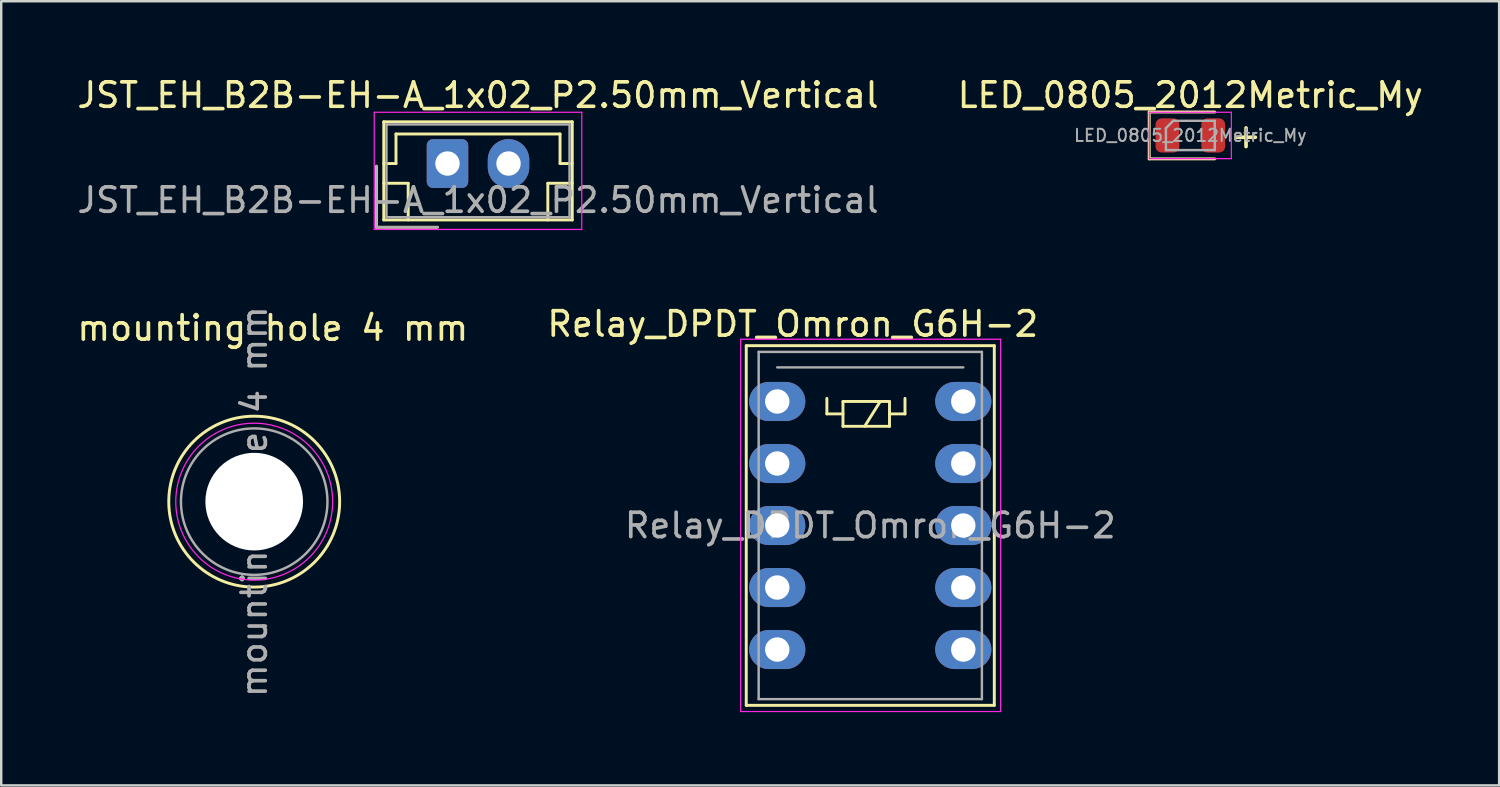
<source format=kicad_pcb>
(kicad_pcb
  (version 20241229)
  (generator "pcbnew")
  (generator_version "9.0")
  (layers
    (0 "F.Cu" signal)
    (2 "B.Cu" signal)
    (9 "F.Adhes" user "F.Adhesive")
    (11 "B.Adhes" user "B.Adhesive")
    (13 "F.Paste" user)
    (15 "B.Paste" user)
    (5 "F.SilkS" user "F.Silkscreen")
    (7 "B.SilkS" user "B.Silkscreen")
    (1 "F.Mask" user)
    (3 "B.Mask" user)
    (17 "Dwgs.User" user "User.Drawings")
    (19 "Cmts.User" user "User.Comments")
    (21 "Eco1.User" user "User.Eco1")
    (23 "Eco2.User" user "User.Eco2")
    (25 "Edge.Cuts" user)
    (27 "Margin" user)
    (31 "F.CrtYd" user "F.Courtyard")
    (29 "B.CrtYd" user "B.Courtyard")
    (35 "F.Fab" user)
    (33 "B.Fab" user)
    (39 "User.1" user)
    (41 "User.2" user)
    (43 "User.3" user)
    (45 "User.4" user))
  (footprint "LED_0805_2012Metric_My"
    (layer "F.Cu")
    (at 45.708 2.498)
    (property "Reference" "LED_0805_2012Metric_My" (at 0 -1.65 0) (layer "F.SilkS") (effects (font (size 1 1) (thickness 0.15))))
    (attr smd)
    (fp_line (start -1.685 -0.96) (end -1.685 0.96) (stroke (width 0.12) (type solid)) (layer "F.SilkS"))
    (fp_line (start -1.685 0.96) (end 1 0.96) (stroke (width 0.12) (type solid)) (layer "F.SilkS"))
    (fp_line (start 1 -0.96) (end -1.685 -0.96) (stroke (width 0.12) (type solid)) (layer "F.SilkS"))
    (fp_line (start -1.68 -0.95) (end 1.68 -0.95) (stroke (width 0.05) (type solid)) (layer "F.CrtYd"))
    (fp_line (start -1.68 0.95) (end -1.68 -0.95) (stroke (width 0.05) (type solid)) (layer "F.CrtYd"))
    (fp_line (start 1.68 -0.95) (end 1.68 0.95) (stroke (width 0.05) (type solid)) (layer "F.CrtYd"))
    (fp_line (start 1.68 0.95) (end -1.68 0.95) (stroke (width 0.05) (type solid)) (layer "F.CrtYd"))
    (fp_line (start -1 -0.3) (end -1 0.6) (stroke (width 0.1) (type solid)) (layer "F.Fab"))
    (fp_line (start -1 0.6) (end 1 0.6) (stroke (width 0.1) (type solid)) (layer "F.Fab"))
    (fp_line (start -0.7 -0.6) (end -1 -0.3) (stroke (width 0.1) (type solid)) (layer "F.Fab"))
    (fp_line (start 1 -0.6) (end -0.7 -0.6) (stroke (width 0.1) (type solid)) (layer "F.Fab"))
    (fp_line (start 1 0.6) (end 1 -0.6) (stroke (width 0.1) (type solid)) (layer "F.Fab"))
    (fp_text user "+" (at 3 0 0) (unlocked yes) (layer "F.SilkS") (effects (font (size 1 1) (thickness 0.15)) (justify right)))
    (fp_text user "${REFERENCE}" (at 0 0 0) (layer "F.Fab") (effects (font (size 0.5 0.5) (thickness 0.08))))
    (pad "1" smd roundrect (at -0.938 0) (size 0.975 1.4) (layers "F.Cu" "F.Mask" "F.Paste") (roundrect_rratio 0.25))
    (pad "2" smd roundrect (at 0.938 0) (size 0.975 1.4) (layers "F.Cu" "F.Mask" "F.Paste") (roundrect_rratio 0.25)))
  (footprint "JST_EH_B2B-EH-A_1x02_P2.50mm_Vertical"
    (layer "F.Cu")
    (at 15.28 3.648)
    (property "Reference" "JST_EH_B2B-EH-A_1x02_P2.50mm_Vertical" (at 1.25 -2.8 0) (layer "F.SilkS") (effects (font (size 1 1) (thickness 0.15))))
    (attr through_hole)
    (fp_line (start -2.91 0.11) (end -2.91 2.61) (stroke (width 0.12) (type solid)) (layer "F.SilkS"))
    (fp_line (start -2.91 2.61) (end -0.41 2.61) (stroke (width 0.12) (type solid)) (layer "F.SilkS"))
    (fp_line (start -2.61 -1.71) (end -2.61 2.31) (stroke (width 0.12) (type solid)) (layer "F.SilkS"))
    (fp_line (start -2.61 0) (end -2.11 0) (stroke (width 0.12) (type solid)) (layer "F.SilkS"))
    (fp_line (start -2.61 0.81) (end -1.61 0.81) (stroke (width 0.12) (type solid)) (layer "F.SilkS"))
    (fp_line (start -2.61 2.31) (end 5.11 2.31) (stroke (width 0.12) (type solid)) (layer "F.SilkS"))
    (fp_line (start -2.11 -1.21) (end 4.61 -1.21) (stroke (width 0.12) (type solid)) (layer "F.SilkS"))
    (fp_line (start -2.11 0) (end -2.11 -1.21) (stroke (width 0.12) (type solid)) (layer "F.SilkS"))
    (fp_line (start -1.61 0.81) (end -1.61 2.31) (stroke (width 0.12) (type solid)) (layer "F.SilkS"))
    (fp_line (start 4.11 0.81) (end 4.11 2.31) (stroke (width 0.12) (type solid)) (layer "F.SilkS"))
    (fp_line (start 4.61 -1.21) (end 4.61 0) (stroke (width 0.12) (type solid)) (layer "F.SilkS"))
    (fp_line (start 4.61 0) (end 5.11 0) (stroke (width 0.12) (type solid)) (layer "F.SilkS"))
    (fp_line (start 5.11 -1.71) (end -2.61 -1.71) (stroke (width 0.12) (type solid)) (layer "F.SilkS"))
    (fp_line (start 5.11 0.81) (end 4.11 0.81) (stroke (width 0.12) (type solid)) (layer "F.SilkS"))
    (fp_line (start 5.11 2.31) (end 5.11 -1.71) (stroke (width 0.12) (type solid)) (layer "F.SilkS"))
    (fp_line (start -3 -2.1) (end -3 2.7) (stroke (width 0.05) (type solid)) (layer "F.CrtYd"))
    (fp_line (start -3 2.7) (end 5.5 2.7) (stroke (width 0.05) (type solid)) (layer "F.CrtYd"))
    (fp_line (start 5.5 -2.1) (end -3 -2.1) (stroke (width 0.05) (type solid)) (layer "F.CrtYd"))
    (fp_line (start 5.5 2.7) (end 5.5 -2.1) (stroke (width 0.05) (type solid)) (layer "F.CrtYd"))
    (fp_line (start -2.91 0.11) (end -2.91 2.61) (stroke (width 0.1) (type solid)) (layer "F.Fab"))
    (fp_line (start -2.91 2.61) (end -0.41 2.61) (stroke (width 0.1) (type solid)) (layer "F.Fab"))
    (fp_line (start -2.5 -1.6) (end -2.5 2.2) (stroke (width 0.1) (type solid)) (layer "F.Fab"))
    (fp_line (start -2.5 2.2) (end 5 2.2) (stroke (width 0.1) (type solid)) (layer "F.Fab"))
    (fp_line (start 5 -1.6) (end -2.5 -1.6) (stroke (width 0.1) (type solid)) (layer "F.Fab"))
    (fp_line (start 5 2.2) (end 5 -1.6) (stroke (width 0.1) (type solid)) (layer "F.Fab"))
    (fp_text user "${REFERENCE}" (at 1.25 1.5 0) (layer "F.Fab") (effects (font (size 1 1) (thickness 0.15))))
    (pad "1" thru_hole roundrect (at 0 0) (size 1.7 2) (drill 1) (layers "*.Cu" "*.Mask") (roundrect_rratio 0.147))
    (pad "2" thru_hole oval (at 2.5 0) (size 1.7 2) (drill 1) (layers "*.Cu" "*.Mask")))
  (footprint "mounting hole 4 mm"
    (layer "F.Cu")
    (at 7.363 17.498)
    (property "Reference" "mounting hole 4 mm" (at 0.762 -7.112 0) (layer "F.SilkS") (effects (font (size 1 1) (thickness 0.15))))
    (attr through_hole)
    (fp_circle (center 0 0) (end 3.5 0) (stroke (width 0.12) (type solid)) (fill no) (layer "F.SilkS"))
    (fp_circle (center 0 0) (end 3.048 1.016) (stroke (width 0.05) (type solid)) (fill no) (layer "F.CrtYd"))
    (fp_circle (center 0 0) (end 3 0) (stroke (width 0.1) (type solid)) (fill no) (layer "F.Fab"))
    (fp_text user "${REFERENCE}" (at 0 0 90) (layer "F.Fab") (effects (font (size 1 1) (thickness 0.15))))
    (pad "" np_thru_hole circle (at 0 0) (size 4 4) (drill 4) (layers "*.Cu" "*.Mask")))
  (footprint "Relay_DPDT_Omron_G6H-2"
    (layer "F.Cu")
    (at 28.788 13.396)
    (property "Reference" "Relay_DPDT_Omron_G6H-2" (at 0.635 -3.175 0) (layer "F.SilkS") (effects (font (size 1 1) (thickness 0.15))))
    (attr through_hole)
    (fp_line (start -1.27 -2.286) (end 8.89 -2.286) (stroke (width 0.12) (type solid)) (layer "F.SilkS"))
    (fp_line (start -1.27 12.446) (end -1.27 -2.286) (stroke (width 0.12) (type solid)) (layer "F.SilkS"))
    (fp_line (start 2.032 -0.127) (end 2.032 0.508) (stroke (width 0.12) (type solid)) (layer "F.SilkS"))
    (fp_line (start 2.032 0.508) (end 2.692 0.508) (stroke (width 0.12) (type solid)) (layer "F.SilkS"))
    (fp_line (start 2.692 0) (end 2.692 1.016) (stroke (width 0.12) (type solid)) (layer "F.SilkS"))
    (fp_line (start 2.692 1.016) (end 4.597 1.016) (stroke (width 0.12) (type solid)) (layer "F.SilkS"))
    (fp_line (start 4.216 0) (end 3.581 1.016) (stroke (width 0.12) (type solid)) (layer "F.SilkS"))
    (fp_line (start 4.597 0) (end 2.692 0) (stroke (width 0.12) (type solid)) (layer "F.SilkS"))
    (fp_line (start 4.597 0) (end 4.597 1.016) (stroke (width 0.12) (type solid)) (layer "F.SilkS"))
    (fp_line (start 5.232 -0.127) (end 5.232 0.508) (stroke (width 0.12) (type solid)) (layer "F.SilkS"))
    (fp_line (start 5.232 0.508) (end 4.597 0.508) (stroke (width 0.12) (type solid)) (layer "F.SilkS"))
    (fp_line (start 8.89 -2.286) (end 8.89 12.446) (stroke (width 0.12) (type solid)) (layer "F.SilkS"))
    (fp_line (start 8.89 12.446) (end -1.27 12.446) (stroke (width 0.12) (type solid)) (layer "F.SilkS"))
    (fp_line (start -1.5 -2.55) (end 9.15 -2.55) (stroke (width 0.05) (type solid)) (layer "F.CrtYd"))
    (fp_line (start -1.5 12.7) (end -1.5 -2.55) (stroke (width 0.05) (type solid)) (layer "F.CrtYd"))
    (fp_line (start 9.15 -2.55) (end 9.15 12.7) (stroke (width 0.05) (type solid)) (layer "F.CrtYd"))
    (fp_line (start 9.15 12.7) (end -1.5 12.7) (stroke (width 0.05) (type solid)) (layer "F.CrtYd"))
    (fp_line (start -0.762 -2.032) (end 8.382 -2.032) (stroke (width 0.1) (type solid)) (layer "F.Fab"))
    (fp_line (start -0.762 12.192) (end -0.762 -2.032) (stroke (width 0.1) (type solid)) (layer "F.Fab"))
    (fp_line (start 0 -1.397) (end 7.62 -1.397) (stroke (width 0.1) (type solid)) (layer "F.Fab"))
    (fp_line (start 8.382 -2.032) (end 8.382 12.192) (stroke (width 0.1) (type solid)) (layer "F.Fab"))
    (fp_line (start 8.382 12.192) (end -0.762 12.192) (stroke (width 0.1) (type solid)) (layer "F.Fab"))
    (fp_text user "${REFERENCE}" (at 3.81 5.08 0) (layer "F.Fab") (effects (font (size 1 1) (thickness 0.15))))
    (pad "1" thru_hole oval (at 0 0) (size 2.3 1.6) (drill 1) (layers "*.Cu" "*.Mask"))
    (pad "2" thru_hole oval (at 0 2.54) (size 2.3 1.6) (drill 1) (layers "*.Cu" "*.Mask"))
    (pad "3" thru_hole oval (at 0 5.08) (size 2.3 1.6) (drill 1) (layers "*.Cu" "*.Mask"))
    (pad "4" thru_hole oval (at 0 7.62) (size 2.3 1.6) (drill 1) (layers "*.Cu" "*.Mask"))
    (pad "5" thru_hole oval (at 0 10.16) (size 2.3 1.6) (drill 1) (layers "*.Cu" "*.Mask"))
    (pad "6" thru_hole oval (at 7.62 10.16) (size 2.3 1.6) (drill 1) (layers "*.Cu" "*.Mask"))
    (pad "7" thru_hole oval (at 7.62 7.62) (size 2.3 1.6) (drill 1) (layers "*.Cu" "*.Mask"))
    (pad "8" thru_hole oval (at 7.62 5.08) (size 2.3 1.6) (drill 1) (layers "*.Cu" "*.Mask"))
    (pad "9" thru_hole oval (at 7.62 2.54) (size 2.3 1.6) (drill 1) (layers "*.Cu" "*.Mask"))
    (pad "10" thru_hole oval (at 7.62 0) (size 2.3 1.6) (drill 1) (layers "*.Cu" "*.Mask")))
  (gr_rect
    (start -3 -3)
    (end 58.357 29.122)
    (stroke (width 0.1) (type default))
    (fill no)
    (layer "Edge.Cuts")))
</source>
